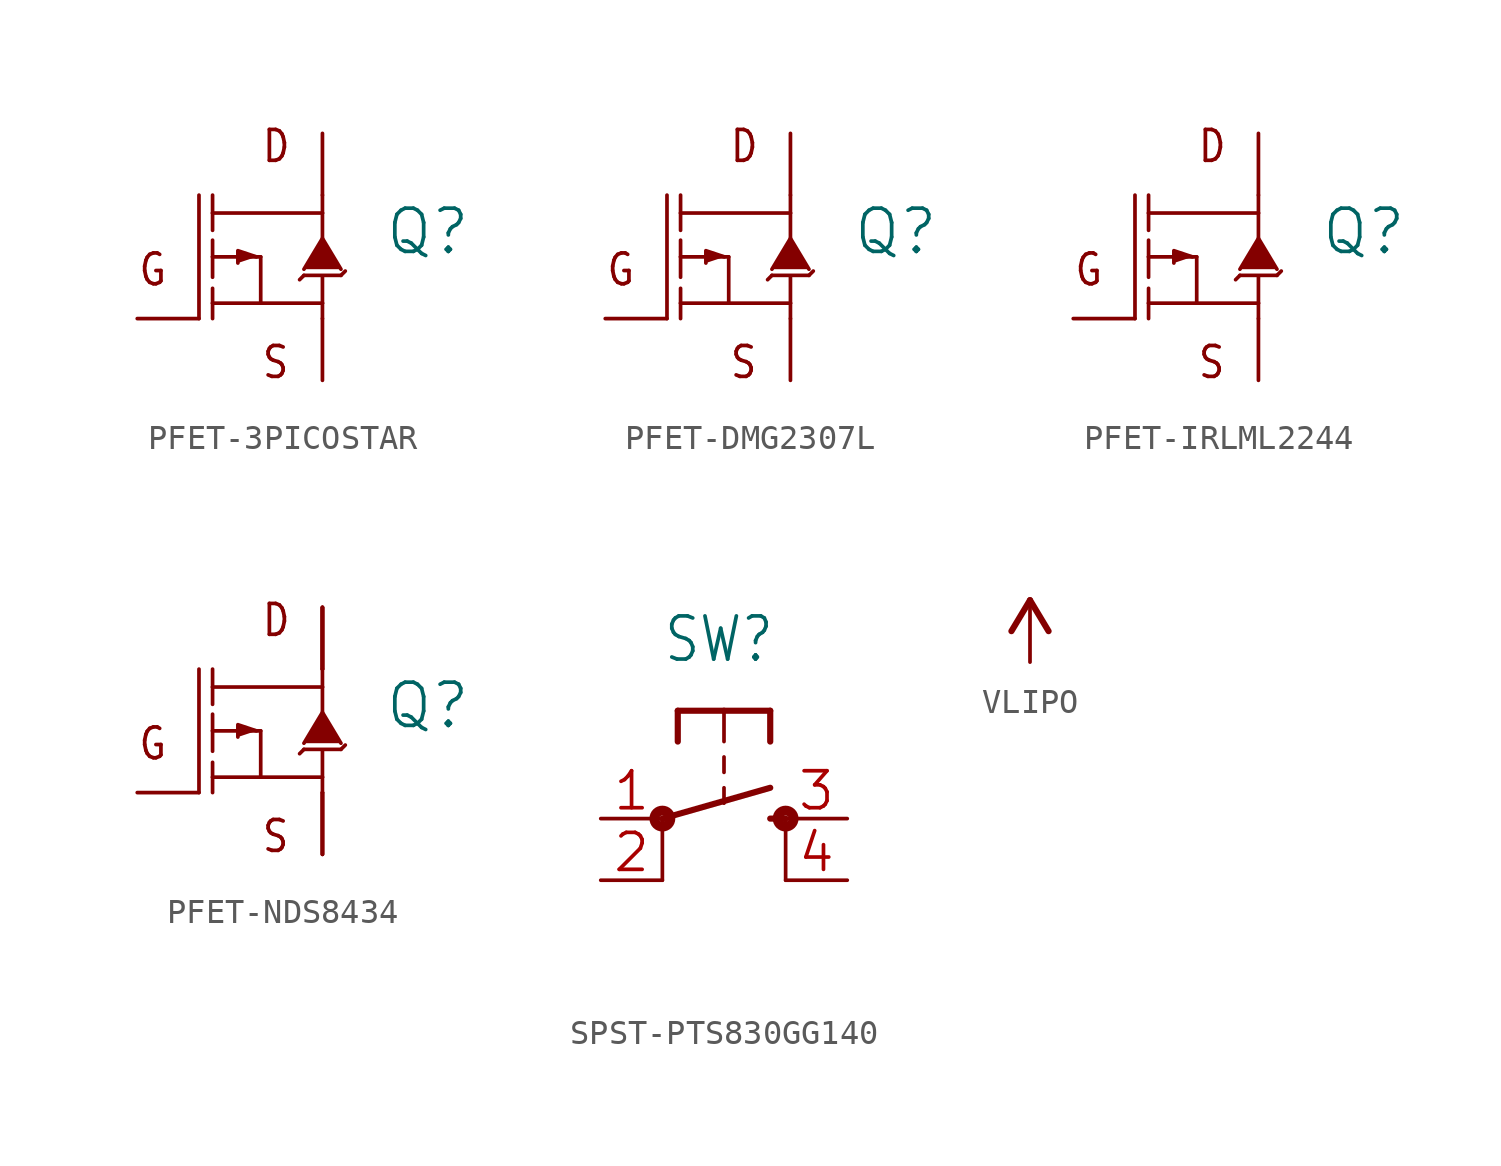
<source format=kicad_sym>
(kicad_symbol_lib
  (version 20241209)
  (generator "kicad_symbol_editor")
  (generator_version "9.0")
  (symbol "PFET-3PICOSTAR"
    (property "Reference" "Q"
      (at 5.08 0 0)
      (effects (font (size 1.778 1.778)) (justify left bottom)))
    (property "Value" ""
      (at 5.08 -2.54 0)
      (effects (font (size 1.778 1.778)) (justify left bottom)))
    (property "ki_locked" ""
      (at 0 0 0)
      (effects (font (size 1.27 1.27))))
    (symbol "PFET-3PICOSTAR_1_0"
      (polyline (pts (xy -2.54 -2.54) (xy -2.54 2.54)) (stroke (width 0.152) (type solid)) (fill (type none)))
      (polyline (pts (xy -1.981 2.54) (xy -1.981 1.803)) (stroke (width 0.152) (type solid)) (fill (type none)))
      (polyline (pts (xy -1.981 1.803) (xy -1.981 1.092)) (stroke (width 0.152) (type solid)) (fill (type none)))
      (polyline (pts (xy -1.981 1.803) (xy 2.54 1.803)) (stroke (width 0.152) (type solid)) (fill (type none)))
      (polyline (pts (xy -1.981 0.686) (xy -1.981 0)) (stroke (width 0.152) (type solid)) (fill (type none)))
      (polyline (pts (xy -1.981 0) (xy -1.981 -0.838)) (stroke (width 0.152) (type solid)) (fill (type none)))
      (polyline (pts (xy -1.981 -1.295) (xy -1.981 -1.905)) (stroke (width 0.152) (type solid)) (fill (type none)))
      (polyline (pts (xy -1.981 -1.905) (xy -1.981 -2.54)) (stroke (width 0.152) (type solid)) (fill (type none)))
      (polyline (pts (xy -1.981 -1.905) (xy 0 -1.905)) (stroke (width 0.152) (type solid)) (fill (type none)))
      (polyline (pts (xy -0.178 0) (xy -0.94 0.254) (xy -0.94 -0.254)) (stroke (width 0.152) (type solid)) (fill (type outline)))
      (polyline (pts (xy 0 0) (xy -1.981 0)) (stroke (width 0.152) (type solid)) (fill (type none)))
      (polyline (pts (xy 0 -1.905) (xy 0 0)) (stroke (width 0.152) (type solid)) (fill (type none)))
      (polyline (pts (xy 1.778 -0.762) (xy 1.6 -0.94)) (stroke (width 0.152) (type solid)) (fill (type none)))
      (polyline (pts (xy 1.778 -0.762) (xy 3.302 -0.762)) (stroke (width 0.152) (type solid)) (fill (type none)))
      (polyline (pts (xy 2.54 2.54) (xy 2.54 1.803)) (stroke (width 0.152) (type solid)) (fill (type none)))
      (polyline (pts (xy 2.54 1.803) (xy 2.54 0.584)) (stroke (width 0.152) (type solid)) (fill (type none)))
      (polyline (pts (xy 2.54 -1.905) (xy 0 -1.905)) (stroke (width 0.152) (type solid)) (fill (type none)))
      (polyline (pts (xy 2.54 -1.905) (xy 2.54 -0.787)) (stroke (width 0.152) (type solid)) (fill (type none)))
      (polyline (pts (xy 2.54 -2.54) (xy 2.54 -1.905)) (stroke (width 0.152) (type solid)) (fill (type none)))
      (polyline (pts (xy 3.302 -0.508) (xy 2.54 0.762) (xy 1.778 -0.508)) (stroke (width 0.152) (type solid)) (fill (type outline)))
      (polyline (pts (xy 3.48 -0.584) (xy 3.302 -0.762)) (stroke (width 0.152) (type solid)) (fill (type none)))
      (text "G" (at -5.08 -1.27 0) (effects (font (size 1.27 1.079)) (justify left bottom)))
      (text "D" (at 0 3.81 0) (effects (font (size 1.27 1.079)) (justify left bottom)))
      (text "S" (at 0 -5.08 0) (effects (font (size 1.27 1.079)) (justify left bottom)))
      (pin bidirectional line (at -5.08 -2.54 0) (length 2.54) (name "G" (effects (font (size 0 0)))) (number "1" (effects (font (size 0 0)))))
      (pin bidirectional line (at 2.54 5.08 270) (length 2.54) (name "D" (effects (font (size 0 0)))) (number "3" (effects (font (size 0 0)))))
      (pin bidirectional line (at 2.54 -5.08 90) (length 2.54) (name "S" (effects (font (size 0 0)))) (number "2" (effects (font (size 0 0)))))))
  (symbol "PFET-DMG2307L"
    (property "Reference" "Q"
      (at 5.08 0 0)
      (effects (font (size 1.778 1.778)) (justify left bottom)))
    (property "Value" ""
      (at 5.08 -2.54 0)
      (effects (font (size 1.778 1.778)) (justify left bottom)))
    (property "ki_locked" ""
      (at 0 0 0)
      (effects (font (size 1.27 1.27))))
    (symbol "PFET-DMG2307L_1_0"
      (polyline (pts (xy -2.54 -2.54) (xy -2.54 2.54)) (stroke (width 0.152) (type solid)) (fill (type none)))
      (polyline (pts (xy -1.981 2.54) (xy -1.981 1.803)) (stroke (width 0.152) (type solid)) (fill (type none)))
      (polyline (pts (xy -1.981 1.803) (xy -1.981 1.092)) (stroke (width 0.152) (type solid)) (fill (type none)))
      (polyline (pts (xy -1.981 1.803) (xy 2.54 1.803)) (stroke (width 0.152) (type solid)) (fill (type none)))
      (polyline (pts (xy -1.981 0.686) (xy -1.981 0)) (stroke (width 0.152) (type solid)) (fill (type none)))
      (polyline (pts (xy -1.981 0) (xy -1.981 -0.838)) (stroke (width 0.152) (type solid)) (fill (type none)))
      (polyline (pts (xy -1.981 -1.295) (xy -1.981 -1.905)) (stroke (width 0.152) (type solid)) (fill (type none)))
      (polyline (pts (xy -1.981 -1.905) (xy -1.981 -2.54)) (stroke (width 0.152) (type solid)) (fill (type none)))
      (polyline (pts (xy -1.981 -1.905) (xy 0 -1.905)) (stroke (width 0.152) (type solid)) (fill (type none)))
      (polyline (pts (xy -0.178 0) (xy -0.94 0.254) (xy -0.94 -0.254)) (stroke (width 0.152) (type solid)) (fill (type outline)))
      (polyline (pts (xy 0 0) (xy -1.981 0)) (stroke (width 0.152) (type solid)) (fill (type none)))
      (polyline (pts (xy 0 -1.905) (xy 0 0)) (stroke (width 0.152) (type solid)) (fill (type none)))
      (polyline (pts (xy 1.778 -0.762) (xy 1.6 -0.94)) (stroke (width 0.152) (type solid)) (fill (type none)))
      (polyline (pts (xy 1.778 -0.762) (xy 3.302 -0.762)) (stroke (width 0.152) (type solid)) (fill (type none)))
      (polyline (pts (xy 2.54 2.54) (xy 2.54 1.803)) (stroke (width 0.152) (type solid)) (fill (type none)))
      (polyline (pts (xy 2.54 1.803) (xy 2.54 0.584)) (stroke (width 0.152) (type solid)) (fill (type none)))
      (polyline (pts (xy 2.54 -1.905) (xy 0 -1.905)) (stroke (width 0.152) (type solid)) (fill (type none)))
      (polyline (pts (xy 2.54 -1.905) (xy 2.54 -0.787)) (stroke (width 0.152) (type solid)) (fill (type none)))
      (polyline (pts (xy 2.54 -2.54) (xy 2.54 -1.905)) (stroke (width 0.152) (type solid)) (fill (type none)))
      (polyline (pts (xy 3.302 -0.508) (xy 2.54 0.762) (xy 1.778 -0.508)) (stroke (width 0.152) (type solid)) (fill (type outline)))
      (polyline (pts (xy 3.48 -0.584) (xy 3.302 -0.762)) (stroke (width 0.152) (type solid)) (fill (type none)))
      (text "G" (at -5.08 -1.27 0) (effects (font (size 1.27 1.079)) (justify left bottom)))
      (text "D" (at 0 3.81 0) (effects (font (size 1.27 1.079)) (justify left bottom)))
      (text "S" (at 0 -5.08 0) (effects (font (size 1.27 1.079)) (justify left bottom)))
      (pin bidirectional line (at -5.08 -2.54 0) (length 2.54) (name "G" (effects (font (size 0 0)))) (number "1" (effects (font (size 0 0)))))
      (pin bidirectional line (at 2.54 5.08 270) (length 2.54) (name "D" (effects (font (size 0 0)))) (number "3" (effects (font (size 0 0)))))
      (pin bidirectional line (at 2.54 -5.08 90) (length 2.54) (name "S" (effects (font (size 0 0)))) (number "2" (effects (font (size 0 0)))))))
  (symbol "PFET-IRLML2244"
    (property "Reference" "Q"
      (at 5.08 0 0)
      (effects (font (size 1.778 1.778)) (justify left bottom)))
    (property "Value" ""
      (at 5.08 -2.54 0)
      (effects (font (size 1.778 1.778)) (justify left bottom)))
    (property "ki_locked" ""
      (at 0 0 0)
      (effects (font (size 1.27 1.27))))
    (symbol "PFET-IRLML2244_1_0"
      (polyline (pts (xy -2.54 -2.54) (xy -2.54 2.54)) (stroke (width 0.152) (type solid)) (fill (type none)))
      (polyline (pts (xy -1.981 2.54) (xy -1.981 1.803)) (stroke (width 0.152) (type solid)) (fill (type none)))
      (polyline (pts (xy -1.981 1.803) (xy -1.981 1.092)) (stroke (width 0.152) (type solid)) (fill (type none)))
      (polyline (pts (xy -1.981 1.803) (xy 2.54 1.803)) (stroke (width 0.152) (type solid)) (fill (type none)))
      (polyline (pts (xy -1.981 0.686) (xy -1.981 0)) (stroke (width 0.152) (type solid)) (fill (type none)))
      (polyline (pts (xy -1.981 0) (xy -1.981 -0.838)) (stroke (width 0.152) (type solid)) (fill (type none)))
      (polyline (pts (xy -1.981 -1.295) (xy -1.981 -1.905)) (stroke (width 0.152) (type solid)) (fill (type none)))
      (polyline (pts (xy -1.981 -1.905) (xy -1.981 -2.54)) (stroke (width 0.152) (type solid)) (fill (type none)))
      (polyline (pts (xy -1.981 -1.905) (xy 0 -1.905)) (stroke (width 0.152) (type solid)) (fill (type none)))
      (polyline (pts (xy -0.178 0) (xy -0.94 0.254) (xy -0.94 -0.254)) (stroke (width 0.152) (type solid)) (fill (type outline)))
      (polyline (pts (xy 0 0) (xy -1.981 0)) (stroke (width 0.152) (type solid)) (fill (type none)))
      (polyline (pts (xy 0 -1.905) (xy 0 0)) (stroke (width 0.152) (type solid)) (fill (type none)))
      (polyline (pts (xy 1.778 -0.762) (xy 1.6 -0.94)) (stroke (width 0.152) (type solid)) (fill (type none)))
      (polyline (pts (xy 1.778 -0.762) (xy 3.302 -0.762)) (stroke (width 0.152) (type solid)) (fill (type none)))
      (polyline (pts (xy 2.54 2.54) (xy 2.54 1.803)) (stroke (width 0.152) (type solid)) (fill (type none)))
      (polyline (pts (xy 2.54 1.803) (xy 2.54 0.584)) (stroke (width 0.152) (type solid)) (fill (type none)))
      (polyline (pts (xy 2.54 -1.905) (xy 0 -1.905)) (stroke (width 0.152) (type solid)) (fill (type none)))
      (polyline (pts (xy 2.54 -1.905) (xy 2.54 -0.787)) (stroke (width 0.152) (type solid)) (fill (type none)))
      (polyline (pts (xy 2.54 -2.54) (xy 2.54 -1.905)) (stroke (width 0.152) (type solid)) (fill (type none)))
      (polyline (pts (xy 3.302 -0.508) (xy 2.54 0.762) (xy 1.778 -0.508)) (stroke (width 0.152) (type solid)) (fill (type outline)))
      (polyline (pts (xy 3.48 -0.584) (xy 3.302 -0.762)) (stroke (width 0.152) (type solid)) (fill (type none)))
      (text "G" (at -5.08 -1.27 0) (effects (font (size 1.27 1.079)) (justify left bottom)))
      (text "D" (at 0 3.81 0) (effects (font (size 1.27 1.079)) (justify left bottom)))
      (text "S" (at 0 -5.08 0) (effects (font (size 1.27 1.079)) (justify left bottom)))
      (pin bidirectional line (at -5.08 -2.54 0) (length 2.54) (name "G" (effects (font (size 0 0)))) (number "1" (effects (font (size 0 0)))))
      (pin bidirectional line (at 2.54 5.08 270) (length 2.54) (name "D" (effects (font (size 0 0)))) (number "3" (effects (font (size 0 0)))))
      (pin bidirectional line (at 2.54 -5.08 90) (length 2.54) (name "S" (effects (font (size 0 0)))) (number "2" (effects (font (size 0 0)))))))
  (symbol "PFET-NDS8434"
    (property "Reference" "Q"
      (at 5.08 0 0)
      (effects (font (size 1.778 1.778)) (justify left bottom)))
    (property "Value" ""
      (at 5.08 -2.54 0)
      (effects (font (size 1.778 1.778)) (justify left bottom)))
    (property "ki_locked" ""
      (at 0 0 0)
      (effects (font (size 1.27 1.27))))
    (symbol "PFET-NDS8434_1_0"
      (polyline (pts (xy -2.54 -2.54) (xy -2.54 2.54)) (stroke (width 0.152) (type solid)) (fill (type none)))
      (polyline (pts (xy -1.981 2.54) (xy -1.981 1.803)) (stroke (width 0.152) (type solid)) (fill (type none)))
      (polyline (pts (xy -1.981 1.803) (xy -1.981 1.092)) (stroke (width 0.152) (type solid)) (fill (type none)))
      (polyline (pts (xy -1.981 1.803) (xy 2.54 1.803)) (stroke (width 0.152) (type solid)) (fill (type none)))
      (polyline (pts (xy -1.981 0.686) (xy -1.981 0)) (stroke (width 0.152) (type solid)) (fill (type none)))
      (polyline (pts (xy -1.981 0) (xy -1.981 -0.838)) (stroke (width 0.152) (type solid)) (fill (type none)))
      (polyline (pts (xy -1.981 -1.295) (xy -1.981 -1.905)) (stroke (width 0.152) (type solid)) (fill (type none)))
      (polyline (pts (xy -1.981 -1.905) (xy -1.981 -2.54)) (stroke (width 0.152) (type solid)) (fill (type none)))
      (polyline (pts (xy -1.981 -1.905) (xy 0 -1.905)) (stroke (width 0.152) (type solid)) (fill (type none)))
      (polyline (pts (xy -0.178 0) (xy -0.94 0.254) (xy -0.94 -0.254)) (stroke (width 0.152) (type solid)) (fill (type outline)))
      (polyline (pts (xy 0 0) (xy -1.981 0)) (stroke (width 0.152) (type solid)) (fill (type none)))
      (polyline (pts (xy 0 -1.905) (xy 0 0)) (stroke (width 0.152) (type solid)) (fill (type none)))
      (polyline (pts (xy 1.778 -0.762) (xy 1.6 -0.94)) (stroke (width 0.152) (type solid)) (fill (type none)))
      (polyline (pts (xy 1.778 -0.762) (xy 3.302 -0.762)) (stroke (width 0.152) (type solid)) (fill (type none)))
      (polyline (pts (xy 2.54 2.54) (xy 2.54 1.803)) (stroke (width 0.152) (type solid)) (fill (type none)))
      (polyline (pts (xy 2.54 1.803) (xy 2.54 0.584)) (stroke (width 0.152) (type solid)) (fill (type none)))
      (polyline (pts (xy 2.54 -1.905) (xy 0 -1.905)) (stroke (width 0.152) (type solid)) (fill (type none)))
      (polyline (pts (xy 2.54 -1.905) (xy 2.54 -0.787)) (stroke (width 0.152) (type solid)) (fill (type none)))
      (polyline (pts (xy 2.54 -2.54) (xy 2.54 -1.905)) (stroke (width 0.152) (type solid)) (fill (type none)))
      (polyline (pts (xy 3.302 -0.508) (xy 2.54 0.762) (xy 1.778 -0.508)) (stroke (width 0.152) (type solid)) (fill (type outline)))
      (polyline (pts (xy 3.48 -0.584) (xy 3.302 -0.762)) (stroke (width 0.152) (type solid)) (fill (type none)))
      (text "G" (at -5.08 -1.27 0) (effects (font (size 1.27 1.079)) (justify left bottom)))
      (text "D" (at 0 3.81 0) (effects (font (size 1.27 1.079)) (justify left bottom)))
      (text "S" (at 0 -5.08 0) (effects (font (size 1.27 1.079)) (justify left bottom)))
      (pin bidirectional line (at -5.08 -2.54 0) (length 2.54) (name "G" (effects (font (size 0 0)))) (number "4" (effects (font (size 0 0)))))
      (pin bidirectional line (at 2.54 5.08 270) (length 2.54) (name "D" (effects (font (size 0 0)))) (number "5" (effects (font (size 0 0)))))
      (pin bidirectional line (at 2.54 5.08 270) (length 2.54) (name "D" (effects (font (size 0 0)))) (number "6" (effects (font (size 0 0)))))
      (pin bidirectional line (at 2.54 5.08 270) (length 2.54) (name "D" (effects (font (size 0 0)))) (number "7" (effects (font (size 0 0)))))
      (pin bidirectional line (at 2.54 5.08 270) (length 2.54) (name "D" (effects (font (size 0 0)))) (number "8" (effects (font (size 0 0)))))
      (pin bidirectional line (at 2.54 -5.08 90) (length 2.54) (name "S" (effects (font (size 0 0)))) (number "1" (effects (font (size 0 0)))))
      (pin bidirectional line (at 2.54 -5.08 90) (length 2.54) (name "S" (effects (font (size 0 0)))) (number "2" (effects (font (size 0 0)))))
      (pin bidirectional line (at 2.54 -5.08 90) (length 2.54) (name "S" (effects (font (size 0 0)))) (number "3" (effects (font (size 0 0)))))))
  (symbol "SPST-PTS830GG140"
    (property "Reference" "SW"
      (at -2.54 6.35 0)
      (effects (font (size 1.778 1.511)) (justify left bottom)))
    (property "Value" ""
      (at -2.54 -6.35 0)
      (effects (font (size 1.778 1.511)) (justify left bottom)))
    (property "ki_locked" ""
      (at 0 0 0)
      (effects (font (size 1.27 1.27))))
    (symbol "SPST-PTS830GG140_1_0"
      (circle (center -2.54 0) (radius 0.127) (stroke (width 0.406) (type solid)) (fill (type none)))
      (polyline (pts (xy -2.54 0) (xy 1.905 1.27)) (stroke (width 0.254) (type solid)) (fill (type none)))
      (polyline (pts (xy -2.54 -2.54) (xy -2.54 0)) (stroke (width 0.152) (type solid)) (fill (type none)))
      (polyline (pts (xy -1.905 4.445) (xy -1.905 3.175)) (stroke (width 0.254) (type solid)) (fill (type none)))
      (polyline (pts (xy 0 4.445) (xy -1.905 4.445)) (stroke (width 0.254) (type solid)) (fill (type none)))
      (polyline (pts (xy 0 4.445) (xy 0 3.175)) (stroke (width 0.152) (type solid)) (fill (type none)))
      (polyline (pts (xy 0 2.54) (xy 0 1.905)) (stroke (width 0.152) (type solid)) (fill (type none)))
      (polyline (pts (xy 0 1.27) (xy 0 0.635)) (stroke (width 0.152) (type solid)) (fill (type none)))
      (polyline (pts (xy 1.905 4.445) (xy 0 4.445)) (stroke (width 0.254) (type solid)) (fill (type none)))
      (polyline (pts (xy 1.905 4.445) (xy 1.905 3.175)) (stroke (width 0.254) (type solid)) (fill (type none)))
      (polyline (pts (xy 1.905 0) (xy 2.54 0)) (stroke (width 0.254) (type solid)) (fill (type none)))
      (circle (center 2.54 0) (radius 0.127) (stroke (width 0.406) (type solid)) (fill (type none)))
      (polyline (pts (xy 2.54 -2.54) (xy 2.54 0)) (stroke (width 0.152) (type solid)) (fill (type none)))
      (pin passive line (at -5.08 0 0) (length 2.54) (name "1" (effects (font (size 0 0)))) (number "1" (effects (font (size 1.524 1.524)))))
      (pin passive line (at -5.08 -2.54 0) (length 2.54) (name "2" (effects (font (size 0 0)))) (number "2" (effects (font (size 1.524 1.524)))))
      (pin passive line (at 5.08 0 180) (length 2.54) (name "3" (effects (font (size 0 0)))) (number "3" (effects (font (size 1.524 1.524)))))
      (pin passive line (at 5.08 -2.54 180) (length 2.54) (name "4" (effects (font (size 0 0)))) (number "4" (effects (font (size 1.524 1.524)))))))
  (symbol "VLIPO"
    (power)
    (property "Reference" "#SUPPLY"
      (at 0 0 0)
      (effects (font (size 1.27 1.27)) (hide yes)))
    (property "Value" ""
      (at 0 2.794 0)
      (effects (font (size 1.778 1.511)) (justify bottom)))
    (property "ki_locked" ""
      (at 0 0 0)
      (effects (font (size 1.27 1.27))))
    (symbol "VLIPO_1_0"
      (polyline (pts (xy 0 2.54) (xy -0.762 1.27)) (stroke (width 0.254) (type solid)) (fill (type none)))
      (polyline (pts (xy 0.762 1.27) (xy 0 2.54)) (stroke (width 0.254) (type solid)) (fill (type none)))
      (pin power_in line (at 0 0 90) (length 2.54) (name "VLIPO" (effects (font (size 0 0)))) (number "1" (effects (font (size 0 0))))))))
</source>
